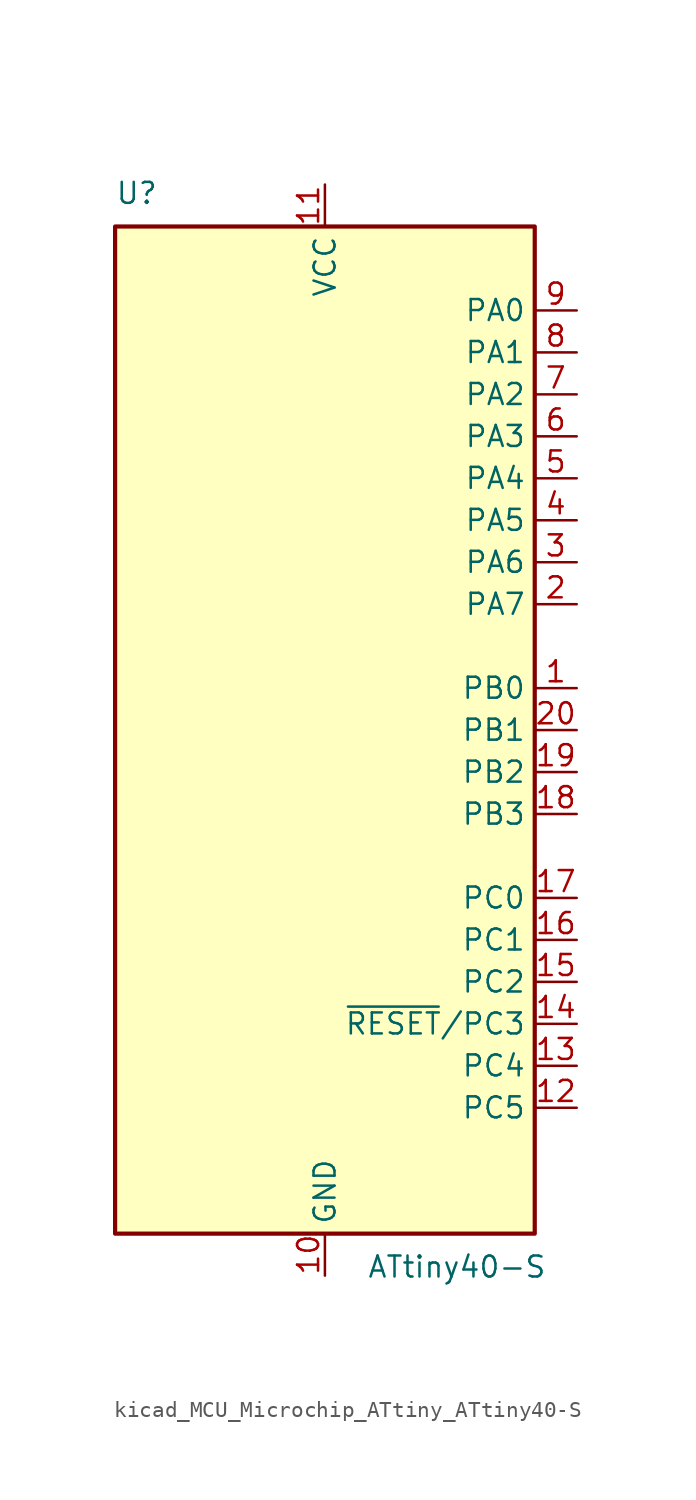
<source format=kicad_sym>
(kicad_symbol_lib
  (version 20220914)
  (generator kicad_symbol_editor)
  (symbol "kicad_MCU_Microchip_ATtiny_ATtiny40-S"
    (property "Reference" "U"
      (at -12.7 31.75 0)
      (effects (font (size 1.27 1.27)) (justify left bottom)))
    (property "Value" "ATtiny40-S"
      (at 2.54 -31.75 0)
      (effects (font (size 1.27 1.27)) (justify left top)))
    (symbol "kicad_MCU_Microchip_ATtiny_ATtiny40-S_0_1"
      (rectangle (start -12.7 -30.48) (end 12.7 30.48) (stroke (width 0.254) (type default)) (fill (type background))))
    (symbol "kicad_MCU_Microchip_ATtiny_ATtiny40-S_1_1"
      (pin bidirectional line (at 15.24 2.54 180) (length 2.54) (name "PB0" (effects (font (size 1.27 1.27)))) (number "1" (effects (font (size 1.27 1.27)))))
      (pin power_in line (at 0 -33.02 90) (length 2.54) (name "GND" (effects (font (size 1.27 1.27)))) (number "10" (effects (font (size 1.27 1.27)))))
      (pin power_in line (at 0 33.02 270) (length 2.54) (name "VCC" (effects (font (size 1.27 1.27)))) (number "11" (effects (font (size 1.27 1.27)))))
      (pin bidirectional line (at 15.24 -22.86 180) (length 2.54) (name "PC5" (effects (font (size 1.27 1.27)))) (number "12" (effects (font (size 1.27 1.27)))))
      (pin bidirectional line (at 15.24 -20.32 180) (length 2.54) (name "PC4" (effects (font (size 1.27 1.27)))) (number "13" (effects (font (size 1.27 1.27)))))
      (pin bidirectional line (at 15.24 -17.78 180) (length 2.54) (name "~{RESET}/PC3" (effects (font (size 1.27 1.27)))) (number "14" (effects (font (size 1.27 1.27)))))
      (pin bidirectional line (at 15.24 -15.24 180) (length 2.54) (name "PC2" (effects (font (size 1.27 1.27)))) (number "15" (effects (font (size 1.27 1.27)))))
      (pin bidirectional line (at 15.24 -12.7 180) (length 2.54) (name "PC1" (effects (font (size 1.27 1.27)))) (number "16" (effects (font (size 1.27 1.27)))))
      (pin bidirectional line (at 15.24 -10.16 180) (length 2.54) (name "PC0" (effects (font (size 1.27 1.27)))) (number "17" (effects (font (size 1.27 1.27)))))
      (pin bidirectional line (at 15.24 -5.08 180) (length 2.54) (name "PB3" (effects (font (size 1.27 1.27)))) (number "18" (effects (font (size 1.27 1.27)))))
      (pin bidirectional line (at 15.24 -2.54 180) (length 2.54) (name "PB2" (effects (font (size 1.27 1.27)))) (number "19" (effects (font (size 1.27 1.27)))))
      (pin bidirectional line (at 15.24 7.62 180) (length 2.54) (name "PA7" (effects (font (size 1.27 1.27)))) (number "2" (effects (font (size 1.27 1.27)))))
      (pin bidirectional line (at 15.24 0 180) (length 2.54) (name "PB1" (effects (font (size 1.27 1.27)))) (number "20" (effects (font (size 1.27 1.27)))))
      (pin bidirectional line (at 15.24 10.16 180) (length 2.54) (name "PA6" (effects (font (size 1.27 1.27)))) (number "3" (effects (font (size 1.27 1.27)))))
      (pin bidirectional line (at 15.24 12.7 180) (length 2.54) (name "PA5" (effects (font (size 1.27 1.27)))) (number "4" (effects (font (size 1.27 1.27)))))
      (pin bidirectional line (at 15.24 15.24 180) (length 2.54) (name "PA4" (effects (font (size 1.27 1.27)))) (number "5" (effects (font (size 1.27 1.27)))))
      (pin bidirectional line (at 15.24 17.78 180) (length 2.54) (name "PA3" (effects (font (size 1.27 1.27)))) (number "6" (effects (font (size 1.27 1.27)))))
      (pin bidirectional line (at 15.24 20.32 180) (length 2.54) (name "PA2" (effects (font (size 1.27 1.27)))) (number "7" (effects (font (size 1.27 1.27)))))
      (pin bidirectional line (at 15.24 22.86 180) (length 2.54) (name "PA1" (effects (font (size 1.27 1.27)))) (number "8" (effects (font (size 1.27 1.27)))))
      (pin bidirectional line (at 15.24 25.4 180) (length 2.54) (name "PA0" (effects (font (size 1.27 1.27)))) (number "9" (effects (font (size 1.27 1.27))))))))
</source>
